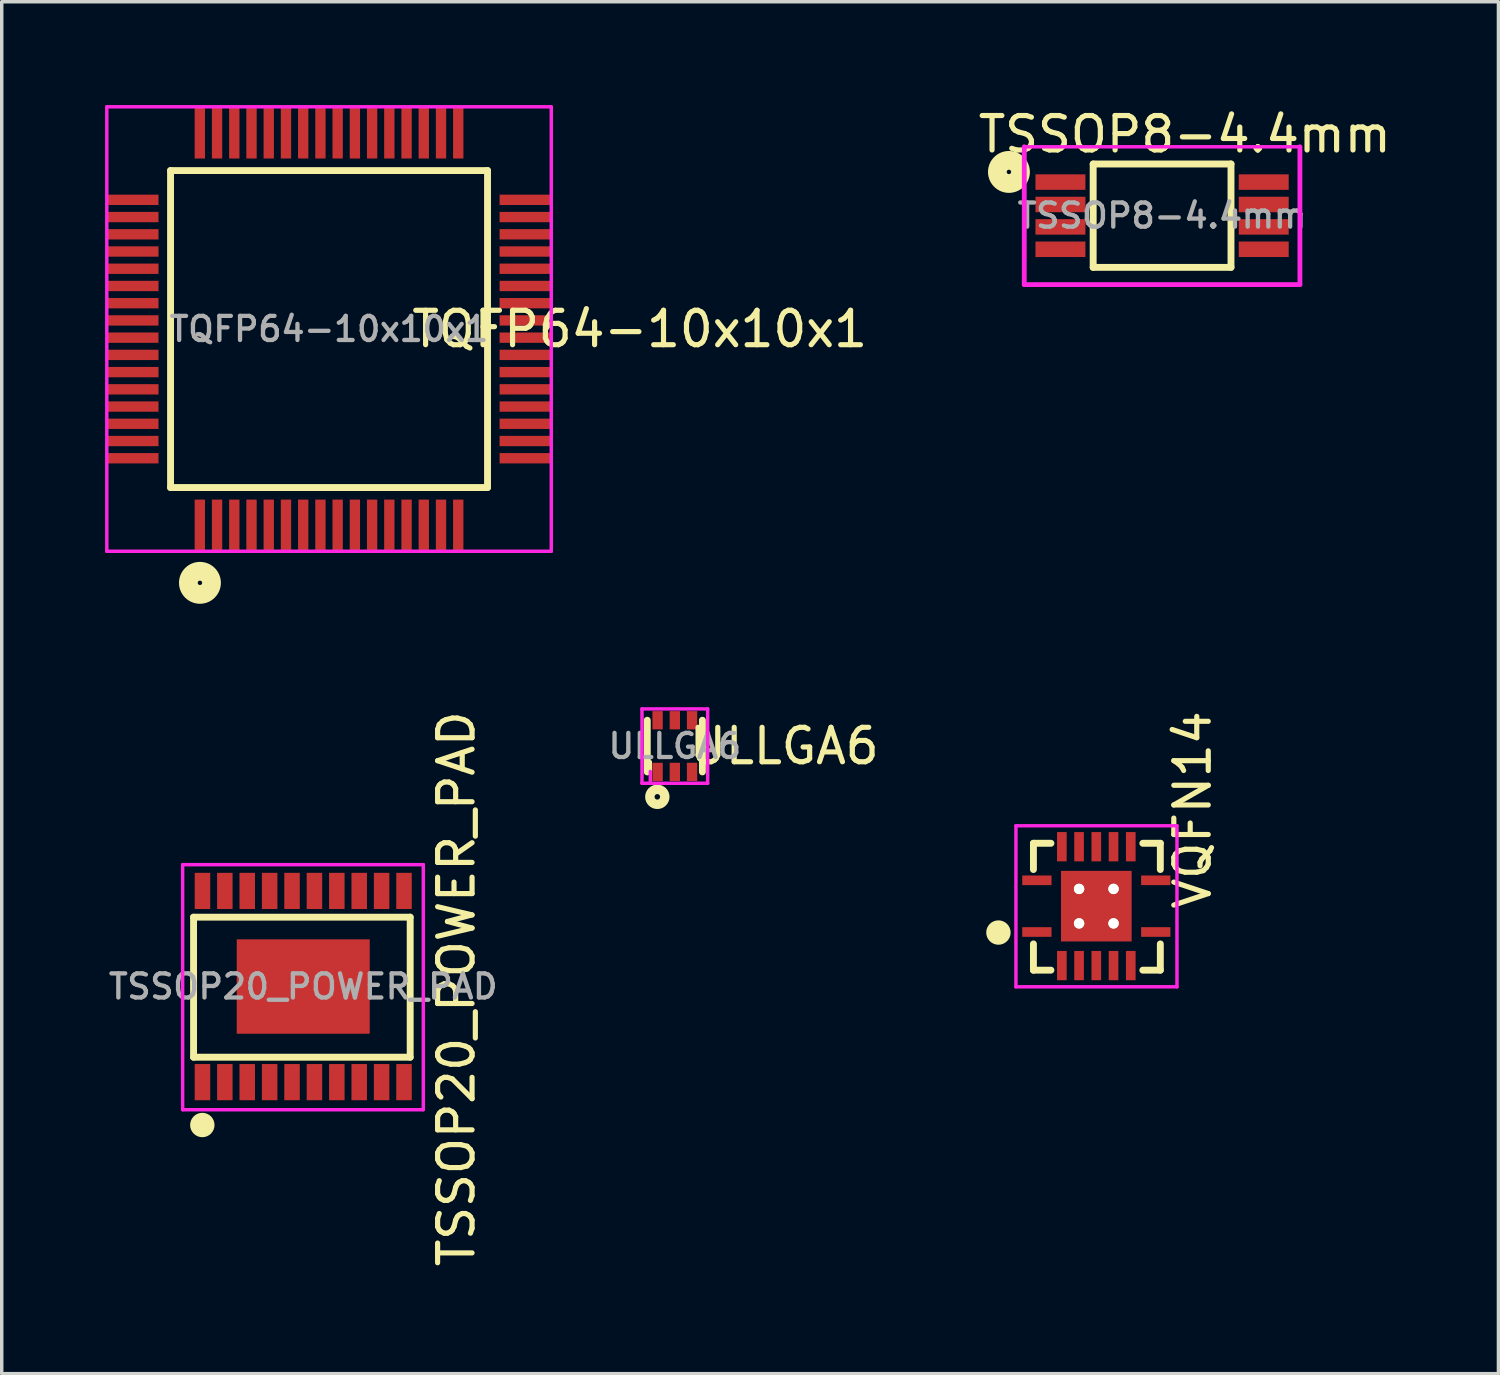
<source format=kicad_pcb>
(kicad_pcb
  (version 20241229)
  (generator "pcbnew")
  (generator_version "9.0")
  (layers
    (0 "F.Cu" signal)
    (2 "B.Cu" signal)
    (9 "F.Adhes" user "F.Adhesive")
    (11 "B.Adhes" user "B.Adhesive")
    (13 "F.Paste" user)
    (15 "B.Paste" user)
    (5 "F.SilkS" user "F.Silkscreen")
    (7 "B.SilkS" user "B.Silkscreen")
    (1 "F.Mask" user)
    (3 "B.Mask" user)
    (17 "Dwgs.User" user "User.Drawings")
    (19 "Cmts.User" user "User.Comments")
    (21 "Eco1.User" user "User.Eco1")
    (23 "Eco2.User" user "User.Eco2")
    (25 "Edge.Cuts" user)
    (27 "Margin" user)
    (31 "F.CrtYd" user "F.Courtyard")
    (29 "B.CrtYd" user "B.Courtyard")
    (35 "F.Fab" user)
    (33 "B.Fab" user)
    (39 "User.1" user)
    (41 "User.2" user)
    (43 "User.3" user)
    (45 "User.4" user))
  (footprint "ULLGA6"
    (layer "F.Cu")
    (at 16.536 18.604)
    (property "Reference" "ULLGA6" (at 3.175 0 0) (layer "F.SilkS") (effects (font (size 1 1) (thickness 0.15))))
    (attr through_hole)
    (fp_line (start -0.8 -0.75) (end -0.8 0.75) (stroke (width 0.2) (type solid)) (layer "F.SilkS"))
    (fp_line (start -0.711 0.737) (end -0.711 0.457) (stroke (width 0.1) (type solid)) (layer "F.SilkS"))
    (fp_line (start 0.8 -0.75) (end 0.8 0.75) (stroke (width 0.2) (type solid)) (layer "F.SilkS"))
    (fp_circle (center -0.508 1.473) (end -0.432 1.499) (stroke (width 0.2) (type solid)) (fill no) (layer "F.SilkS"))
    (fp_circle (center -0.508 1.473) (end -0.254 1.473) (stroke (width 0.2) (type solid)) (fill no) (layer "F.SilkS"))
    (fp_line (start -0.953 -1.079) (end -0.953 1.079) (stroke (width 0.1) (type solid)) (layer "F.CrtYd"))
    (fp_line (start -0.953 1.079) (end 0.953 1.079) (stroke (width 0.1) (type solid)) (layer "F.CrtYd"))
    (fp_line (start -0.711 1.067) (end -0.711 0.737) (stroke (width 0.1) (type solid)) (layer "F.CrtYd"))
    (fp_line (start 0.953 -1.079) (end -0.953 -1.079) (stroke (width 0.1) (type solid)) (layer "F.CrtYd"))
    (fp_line (start 0.953 1.079) (end 0.953 -1.079) (stroke (width 0.1) (type solid)) (layer "F.CrtYd"))
    (fp_text user "${REFERENCE}" (at 0 0 0) (layer "F.Fab") (effects (font (size 0.7 0.7) (thickness 0.125))))
    (pad "1" smd rect (at -0.5 0.75) (size 0.3 0.53) (layers "F.Cu" "F.Mask" "F.Paste"))
    (pad "2" smd rect (at 0 0.75) (size 0.3 0.53) (layers "F.Cu" "F.Mask" "F.Paste"))
    (pad "3" smd rect (at 0.5 0.75) (size 0.3 0.53) (layers "F.Cu" "F.Mask" "F.Paste"))
    (pad "4" smd rect (at 0.5 -0.75) (size 0.3 0.53) (layers "F.Cu" "F.Mask" "F.Paste"))
    (pad "5" smd rect (at 0 -0.75) (size 0.3 0.53) (layers "F.Cu" "F.Mask" "F.Paste"))
    (pad "6" smd rect (at -0.5 -0.75) (size 0.3 0.53) (layers "F.Cu" "F.Mask" "F.Paste")))
  (footprint "VQFN14"
    (layer "F.Cu")
    (at 28.769 23.25)
    (property "Reference" "VQFN14" (at 2.794 -2.794 90) (layer "F.SilkS") (effects (font (size 1 1) (thickness 0.15))))
    (attr through_hole)
    (fp_line (start -2.714 0.766) (end -2.841 0.766) (stroke (width 0.2) (type solid)) (layer "F.SilkS"))
    (fp_line (start -1.825 -1.825) (end -1.825 -1.063) (stroke (width 0.2) (type solid)) (layer "F.SilkS"))
    (fp_line (start -1.825 -1.825) (end -1.317 -1.825) (stroke (width 0.2) (type solid)) (layer "F.SilkS"))
    (fp_line (start -1.825 1.096) (end -1.825 1.858) (stroke (width 0.2) (type solid)) (layer "F.SilkS"))
    (fp_line (start -1.825 1.858) (end -1.317 1.858) (stroke (width 0.2) (type solid)) (layer "F.SilkS"))
    (fp_line (start 1.35 -1.825) (end 1.858 -1.825) (stroke (width 0.2) (type solid)) (layer "F.SilkS"))
    (fp_line (start 1.858 -1.825) (end 1.858 -1.063) (stroke (width 0.2) (type solid)) (layer "F.SilkS"))
    (fp_line (start 1.858 1.096) (end 1.858 1.858) (stroke (width 0.2) (type solid)) (layer "F.SilkS"))
    (fp_line (start 1.858 1.858) (end 1.35 1.858) (stroke (width 0.2) (type solid)) (layer "F.SilkS"))
    (fp_circle (center -2.841 0.766) (end -2.714 0.766) (stroke (width 0.2) (type solid)) (fill no) (layer "F.SilkS"))
    (fp_circle (center -2.841 0.766) (end -2.587 0.766) (stroke (width 0.2) (type solid)) (fill no) (layer "F.SilkS"))
    (fp_line (start -2.333 -2.333) (end 2.341 -2.333) (stroke (width 0.1) (type solid)) (layer "F.CrtYd"))
    (fp_line (start -2.333 2.341) (end -2.333 -2.333) (stroke (width 0.1) (type solid)) (layer "F.CrtYd"))
    (fp_line (start 2.341 -2.333) (end 2.341 2.341) (stroke (width 0.1) (type solid)) (layer "F.CrtYd"))
    (fp_line (start 2.341 2.341) (end -2.333 2.341) (stroke (width 0.1) (type solid)) (layer "F.CrtYd"))
    (pad "1" smd rect (at -1.725 0.75) (size 0.85 0.28) (layers "F.Cu" "F.Mask" "F.Paste"))
    (pad "2" smd rect (at -1 1.725) (size 0.28 0.85) (layers "F.Cu" "F.Mask" "F.Paste"))
    (pad "3" smd rect (at -0.5 1.725) (size 0.28 0.85) (layers "F.Cu" "F.Mask" "F.Paste"))
    (pad "4" smd rect (at 0 1.725) (size 0.28 0.85) (layers "F.Cu" "F.Mask" "F.Paste"))
    (pad "5" smd rect (at 0.5 1.725) (size 0.28 0.85) (layers "F.Cu" "F.Mask" "F.Paste"))
    (pad "6" smd rect (at 1 1.725) (size 0.28 0.85) (layers "F.Cu" "F.Mask" "F.Paste"))
    (pad "7" thru_hole circle (at -0.5 -0.5) (size 0.3 0.3) (drill 0.3) (layers "*.Cu" "*.Mask" "F.SilkS"))
    (pad "7" thru_hole circle (at -0.5 0.5) (size 0.3 0.3) (drill 0.3) (layers "*.Cu" "*.Mask" "F.SilkS"))
    (pad "7" smd rect (at 0 0) (size 2.05 2.05) (layers "F.Cu" "F.Mask" "F.Paste"))
    (pad "7" thru_hole circle (at 0.5 -0.5) (size 0.3 0.3) (drill 0.3) (layers "*.Cu" "*.Mask" "F.SilkS"))
    (pad "7" thru_hole circle (at 0.5 0.5) (size 0.3 0.3) (drill 0.3) (layers "*.Cu" "*.Mask" "F.SilkS"))
    (pad "7" smd rect (at 1.725 0.75) (size 0.85 0.28) (layers "F.Cu" "F.Mask" "F.Paste"))
    (pad "8" smd rect (at 1.725 -0.75) (size 0.85 0.28) (layers "F.Cu" "F.Mask" "F.Paste"))
    (pad "9" smd rect (at 1 -1.725) (size 0.28 0.85) (layers "F.Cu" "F.Mask" "F.Paste"))
    (pad "10" smd rect (at 0.5 -1.725) (size 0.28 0.85) (layers "F.Cu" "F.Mask" "F.Paste"))
    (pad "11" smd rect (at 0 -1.725) (size 0.28 0.85) (layers "F.Cu" "F.Mask" "F.Paste"))
    (pad "12" smd rect (at -0.5 -1.725) (size 0.28 0.85) (layers "F.Cu" "F.Mask" "F.Paste"))
    (pad "13" smd rect (at -1 -1.725) (size 0.28 0.85) (layers "F.Cu" "F.Mask" "F.Paste"))
    (pad "14" smd rect (at -1.725 -0.75) (size 0.85 0.28) (layers "F.Cu" "F.Mask" "F.Paste")))
  (footprint "TSSOP8-4.4mm"
    (layer "F.Cu")
    (at 30.678 3.21)
    (property "Reference" "TSSOP8-4.4mm" (at 0.66 -2.362 0) (layer "F.SilkS") (effects (font (size 1 1) (thickness 0.15))))
    (attr through_hole)
    (fp_line (start -2 -1.5) (end -2 1.5) (stroke (width 0.2) (type solid)) (layer "F.SilkS"))
    (fp_line (start -2 1.5) (end 2 1.5) (stroke (width 0.2) (type solid)) (layer "F.SilkS"))
    (fp_line (start 2 -1.5) (end -2 -1.5) (stroke (width 0.2) (type solid)) (layer "F.SilkS"))
    (fp_line (start 2 1.5) (end 2 -1.5) (stroke (width 0.2) (type solid)) (layer "F.SilkS"))
    (fp_circle (center -4.445 -1.27) (end -4.381 -1.27) (stroke (width 0.2) (type solid)) (fill no) (layer "F.SilkS"))
    (fp_circle (center -4.445 -1.27) (end -4.191 -1.27) (stroke (width 0.2) (type solid)) (fill no) (layer "F.SilkS"))
    (fp_circle (center -4.445 -1.27) (end -4.064 -1.206) (stroke (width 0.2) (type solid)) (fill no) (layer "F.SilkS"))
    (fp_circle (center -4.445 -1.27) (end -3.937 -1.27) (stroke (width 0.2) (type solid)) (fill no) (layer "F.SilkS"))
    (fp_line (start -4 -2) (end -4 2) (stroke (width 0.14) (type solid)) (layer "F.CrtYd"))
    (fp_line (start -4 2) (end 4 2) (stroke (width 0.14) (type solid)) (layer "F.CrtYd"))
    (fp_line (start 4 -2) (end -4 -2) (stroke (width 0.1) (type solid)) (layer "F.CrtYd"))
    (fp_line (start 4 2) (end 4 -2) (stroke (width 0.14) (type solid)) (layer "F.CrtYd"))
    (fp_text user "${REFERENCE}" (at 0 0 0) (layer "F.Fab") (effects (font (size 0.7 0.7) (thickness 0.125))))
    (pad "1" smd rect (at -2.95 -0.975 90) (size 0.45 1.45) (layers "F.Cu" "F.Mask" "F.Paste"))
    (pad "2" smd rect (at -2.95 -0.325 90) (size 0.45 1.45) (layers "F.Cu" "F.Mask" "F.Paste"))
    (pad "3" smd rect (at -2.95 0.325 90) (size 0.45 1.45) (layers "F.Cu" "F.Mask" "F.Paste"))
    (pad "4" smd rect (at -2.95 0.975 90) (size 0.45 1.45) (layers "F.Cu" "F.Mask" "F.Paste"))
    (pad "5" smd rect (at 2.95 0.975 90) (size 0.45 1.45) (layers "F.Cu" "F.Mask" "F.Paste"))
    (pad "6" smd rect (at 2.95 0.325 90) (size 0.45 1.45) (layers "F.Cu" "F.Mask" "F.Paste"))
    (pad "7" smd rect (at 2.95 -0.325 90) (size 0.45 1.45) (layers "F.Cu" "F.Mask" "F.Paste"))
    (pad "8" smd rect (at 2.95 -0.975 90) (size 0.45 1.45) (layers "F.Cu" "F.Mask" "F.Paste")))
  (footprint "TSSOP20_POWER_PAD"
    (placed yes)
    (layer "F.Cu")
    (at 5.751 25.583)
    (property "Reference" "TSSOP20_POWER_PAD" (at 4.445 0.064 270) (layer "F.SilkS") (effects (font (size 1 1) (thickness 0.15))))
    (attr through_hole)
    (fp_line (start -3.183 -2.013) (end 3.104 -2.013) (stroke (width 0.2) (type solid)) (layer "F.SilkS"))
    (fp_line (start -3.183 2.051) (end -3.183 -2.013) (stroke (width 0.2) (type solid)) (layer "F.SilkS"))
    (fp_line (start -2.929 4.083) (end -2.929 3.956) (stroke (width 0.2) (type solid)) (layer "F.SilkS"))
    (fp_line (start 3.104 -2.013) (end 3.104 2.051) (stroke (width 0.2) (type solid)) (layer "F.SilkS"))
    (fp_line (start 3.104 2.051) (end -3.183 2.051) (stroke (width 0.2) (type solid)) (layer "F.SilkS"))
    (fp_circle (center -2.929 4.019) (end -2.801 4.019) (stroke (width 0.2) (type solid)) (fill no) (layer "F.SilkS"))
    (fp_circle (center -2.929 4.019) (end -2.675 4.019) (stroke (width 0.2) (type solid)) (fill no) (layer "F.SilkS"))
    (fp_line (start -3.5 -3.537) (end 3.485 -3.537) (stroke (width 0.1) (type solid)) (layer "F.CrtYd"))
    (fp_line (start -3.5 3.575) (end -3.5 -3.537) (stroke (width 0.1) (type solid)) (layer "F.CrtYd"))
    (fp_line (start 3.485 -3.537) (end 3.485 3.575) (stroke (width 0.1) (type solid)) (layer "F.CrtYd"))
    (fp_line (start 3.485 3.575) (end -3.5 3.575) (stroke (width 0.1) (type solid)) (layer "F.CrtYd"))
    (fp_text user "${REFERENCE}" (at 0 0 0) (layer "F.Fab") (effects (font (size 0.7 0.7) (thickness 0.125))))
    (pad "1" smd rect (at -2.925 2.775) (size 0.45 1.05) (layers "F.Cu" "F.Mask" "F.Paste"))
    (pad "2" smd rect (at -2.275 2.775) (size 0.45 1.05) (layers "F.Cu" "F.Mask" "F.Paste"))
    (pad "3" smd rect (at -1.625 2.775) (size 0.45 1.05) (layers "F.Cu" "F.Mask" "F.Paste"))
    (pad "4" smd rect (at -0.975 2.775) (size 0.45 1.05) (layers "F.Cu" "F.Mask" "F.Paste"))
    (pad "5" smd rect (at -0.325 2.775) (size 0.45 1.05) (layers "F.Cu" "F.Mask" "F.Paste"))
    (pad "6" smd rect (at 0.325 2.775) (size 0.45 1.05) (layers "F.Cu" "F.Mask" "F.Paste"))
    (pad "7" smd rect (at 0.975 2.775) (size 0.45 1.05) (layers "F.Cu" "F.Mask" "F.Paste"))
    (pad "8" smd rect (at 1.625 2.775) (size 0.45 1.05) (layers "F.Cu" "F.Mask" "F.Paste"))
    (pad "9" smd rect (at 2.275 2.775) (size 0.45 1.05) (layers "F.Cu" "F.Mask" "F.Paste"))
    (pad "10" smd rect (at 2.925 2.775) (size 0.45 1.05) (layers "F.Cu" "F.Mask" "F.Paste"))
    (pad "11" smd rect (at 2.925 -2.775) (size 0.45 1.05) (layers "F.Cu" "F.Mask" "F.Paste"))
    (pad "12" smd rect (at 2.275 -2.775) (size 0.45 1.05) (layers "F.Cu" "F.Mask" "F.Paste"))
    (pad "13" smd rect (at 1.625 -2.775) (size 0.45 1.05) (layers "F.Cu" "F.Mask" "F.Paste"))
    (pad "14" smd rect (at 0.975 -2.775) (size 0.45 1.05) (layers "F.Cu" "F.Mask" "F.Paste"))
    (pad "15" smd rect (at 0.325 -2.775) (size 0.45 1.05) (layers "F.Cu" "F.Mask" "F.Paste"))
    (pad "16" smd rect (at -0.325 -2.775) (size 0.45 1.05) (layers "F.Cu" "F.Mask" "F.Paste"))
    (pad "17" smd rect (at -0.975 -2.775) (size 0.45 1.05) (layers "F.Cu" "F.Mask" "F.Paste"))
    (pad "18" smd rect (at -1.625 -2.775) (size 0.45 1.05) (layers "F.Cu" "F.Mask" "F.Paste"))
    (pad "19" smd rect (at -2.275 -2.775) (size 0.45 1.05) (layers "F.Cu" "F.Mask" "F.Paste"))
    (pad "20" smd rect (at -2.925 -2.775) (size 0.45 1.05) (layers "F.Cu" "F.Mask" "F.Paste"))
    (pad "21" smd rect (at 0 0) (size 3.86 2.74) (layers "F.Cu" "F.Mask" "F.Paste")))
  (footprint "TQFP64-10x10x1"
    (layer "F.Cu")
    (at 6.5 6.5)
    (property "Reference" "TQFP64-10x10x1" (at 9.017 0 0) (layer "F.SilkS") (effects (font (size 1 1) (thickness 0.15))))
    (attr through_hole)
    (fp_line (start -4.6 -4.6) (end -4.6 4.6) (stroke (width 0.2) (type solid)) (layer "F.SilkS"))
    (fp_line (start -4.6 4.6) (end 4.6 4.6) (stroke (width 0.2) (type solid)) (layer "F.SilkS"))
    (fp_line (start 4.6 -4.6) (end -4.6 -4.6) (stroke (width 0.2) (type solid)) (layer "F.SilkS"))
    (fp_line (start 4.6 4.6) (end 4.6 -4.6) (stroke (width 0.2) (type solid)) (layer "F.SilkS"))
    (fp_circle (center -3.747 7.366) (end -3.683 7.366) (stroke (width 0.2) (type solid)) (fill no) (layer "F.SilkS"))
    (fp_circle (center -3.747 7.366) (end -3.493 7.366) (stroke (width 0.2) (type solid)) (fill no) (layer "F.SilkS"))
    (fp_circle (center -3.747 7.366) (end -3.365 7.429) (stroke (width 0.2) (type solid)) (fill no) (layer "F.SilkS"))
    (fp_circle (center -3.747 7.366) (end -3.239 7.366) (stroke (width 0.2) (type solid)) (fill no) (layer "F.SilkS"))
    (fp_line (start -6.45 -6.45) (end -6.45 6.45) (stroke (width 0.1) (type solid)) (layer "F.CrtYd"))
    (fp_line (start -6.45 6.45) (end 6.45 6.45) (stroke (width 0.1) (type solid)) (layer "F.CrtYd"))
    (fp_line (start 6.45 -6.45) (end -6.45 -6.45) (stroke (width 0.1) (type solid)) (layer "F.CrtYd"))
    (fp_line (start 6.45 6.45) (end 6.45 -6.45) (stroke (width 0.1) (type solid)) (layer "F.CrtYd"))
    (fp_text user "${REFERENCE}" (at 0 0 0) (layer "F.Fab") (effects (font (size 0.7 0.7) (thickness 0.125))))
    (pad "1" smd rect (at -3.75 5.7) (size 0.3 1.5) (layers "F.Cu" "F.Mask" "F.Paste"))
    (pad "2" smd rect (at -3.25 5.7) (size 0.3 1.5) (layers "F.Cu" "F.Mask" "F.Paste"))
    (pad "3" smd rect (at -2.75 5.7) (size 0.3 1.5) (layers "F.Cu" "F.Mask" "F.Paste"))
    (pad "4" smd rect (at -2.25 5.7) (size 0.3 1.5) (layers "F.Cu" "F.Mask" "F.Paste"))
    (pad "5" smd rect (at -1.75 5.7) (size 0.3 1.5) (layers "F.Cu" "F.Mask" "F.Paste"))
    (pad "6" smd rect (at -1.25 5.7) (size 0.3 1.5) (layers "F.Cu" "F.Mask" "F.Paste"))
    (pad "7" smd rect (at -0.75 5.7) (size 0.3 1.5) (layers "F.Cu" "F.Mask" "F.Paste"))
    (pad "8" smd rect (at -0.25 5.7) (size 0.3 1.5) (layers "F.Cu" "F.Mask" "F.Paste"))
    (pad "9" smd rect (at 0.25 5.7) (size 0.3 1.5) (layers "F.Cu" "F.Mask" "F.Paste"))
    (pad "10" smd rect (at 0.75 5.7) (size 0.3 1.5) (layers "F.Cu" "F.Mask" "F.Paste"))
    (pad "11" smd rect (at 1.25 5.7) (size 0.3 1.5) (layers "F.Cu" "F.Mask" "F.Paste"))
    (pad "12" smd rect (at 1.75 5.7) (size 0.3 1.5) (layers "F.Cu" "F.Mask" "F.Paste"))
    (pad "13" smd rect (at 2.25 5.7) (size 0.3 1.5) (layers "F.Cu" "F.Mask" "F.Paste"))
    (pad "14" smd rect (at 2.75 5.7) (size 0.3 1.5) (layers "F.Cu" "F.Mask" "F.Paste"))
    (pad "15" smd rect (at 3.25 5.7) (size 0.3 1.5) (layers "F.Cu" "F.Mask" "F.Paste"))
    (pad "16" smd rect (at 3.75 5.7) (size 0.3 1.5) (layers "F.Cu" "F.Mask" "F.Paste"))
    (pad "17" smd rect (at 5.7 3.75 90) (size 0.3 1.5) (layers "F.Cu" "F.Mask" "F.Paste"))
    (pad "18" smd rect (at 5.7 3.25 90) (size 0.3 1.5) (layers "F.Cu" "F.Mask" "F.Paste"))
    (pad "19" smd rect (at 5.7 2.75 90) (size 0.3 1.5) (layers "F.Cu" "F.Mask" "F.Paste"))
    (pad "20" smd rect (at 5.7 2.25 90) (size 0.3 1.5) (layers "F.Cu" "F.Mask" "F.Paste"))
    (pad "21" smd rect (at 5.7 1.75 90) (size 0.3 1.5) (layers "F.Cu" "F.Mask" "F.Paste"))
    (pad "22" smd rect (at 5.7 1.25 90) (size 0.3 1.5) (layers "F.Cu" "F.Mask" "F.Paste"))
    (pad "23" smd rect (at 5.7 0.75 90) (size 0.3 1.5) (layers "F.Cu" "F.Mask" "F.Paste"))
    (pad "24" smd rect (at 5.7 0.25 90) (size 0.3 1.5) (layers "F.Cu" "F.Mask" "F.Paste"))
    (pad "25" smd rect (at 5.7 -0.25 90) (size 0.3 1.5) (layers "F.Cu" "F.Mask" "F.Paste"))
    (pad "26" smd rect (at 5.7 -0.75 90) (size 0.3 1.5) (layers "F.Cu" "F.Mask" "F.Paste"))
    (pad "27" smd rect (at 5.7 -1.25 90) (size 0.3 1.5) (layers "F.Cu" "F.Mask" "F.Paste"))
    (pad "28" smd rect (at 5.7 -1.75 90) (size 0.3 1.5) (layers "F.Cu" "F.Mask" "F.Paste"))
    (pad "29" smd rect (at 5.7 -2.25 90) (size 0.3 1.5) (layers "F.Cu" "F.Mask" "F.Paste"))
    (pad "30" smd rect (at 5.7 -2.75 90) (size 0.3 1.5) (layers "F.Cu" "F.Mask" "F.Paste"))
    (pad "31" smd rect (at 5.7 -3.25 90) (size 0.3 1.5) (layers "F.Cu" "F.Mask" "F.Paste"))
    (pad "32" smd rect (at 5.7 -3.75 90) (size 0.3 1.5) (layers "F.Cu" "F.Mask" "F.Paste"))
    (pad "33" smd rect (at 3.75 -5.7) (size 0.3 1.5) (layers "F.Cu" "F.Mask" "F.Paste"))
    (pad "34" smd rect (at 3.25 -5.7) (size 0.3 1.5) (layers "F.Cu" "F.Mask" "F.Paste"))
    (pad "35" smd rect (at 2.75 -5.7) (size 0.3 1.5) (layers "F.Cu" "F.Mask" "F.Paste"))
    (pad "36" smd rect (at 2.25 -5.7) (size 0.3 1.5) (layers "F.Cu" "F.Mask" "F.Paste"))
    (pad "37" smd rect (at 1.75 -5.7) (size 0.3 1.5) (layers "F.Cu" "F.Mask" "F.Paste"))
    (pad "38" smd rect (at 1.25 -5.7) (size 0.3 1.5) (layers "F.Cu" "F.Mask" "F.Paste"))
    (pad "39" smd rect (at 0.75 -5.7) (size 0.3 1.5) (layers "F.Cu" "F.Mask" "F.Paste"))
    (pad "40" smd rect (at 0.25 -5.7) (size 0.3 1.5) (layers "F.Cu" "F.Mask" "F.Paste"))
    (pad "41" smd rect (at -0.25 -5.7) (size 0.3 1.5) (layers "F.Cu" "F.Mask" "F.Paste"))
    (pad "42" smd rect (at -0.75 -5.7) (size 0.3 1.5) (layers "F.Cu" "F.Mask" "F.Paste"))
    (pad "43" smd rect (at -1.25 -5.7) (size 0.3 1.5) (layers "F.Cu" "F.Mask" "F.Paste"))
    (pad "44" smd rect (at -1.75 -5.7) (size 0.3 1.5) (layers "F.Cu" "F.Mask" "F.Paste"))
    (pad "45" smd rect (at -2.25 -5.7) (size 0.3 1.5) (layers "F.Cu" "F.Mask" "F.Paste"))
    (pad "46" smd rect (at -2.75 -5.7) (size 0.3 1.5) (layers "F.Cu" "F.Mask" "F.Paste"))
    (pad "47" smd rect (at -3.25 -5.7) (size 0.3 1.5) (layers "F.Cu" "F.Mask" "F.Paste"))
    (pad "48" smd rect (at -3.75 -5.7) (size 0.3 1.5) (layers "F.Cu" "F.Mask" "F.Paste"))
    (pad "49" smd rect (at -5.7 -3.75 90) (size 0.3 1.5) (layers "F.Cu" "F.Mask" "F.Paste"))
    (pad "50" smd rect (at -5.7 -3.25 90) (size 0.3 1.5) (layers "F.Cu" "F.Mask" "F.Paste"))
    (pad "51" smd rect (at -5.7 -2.75 90) (size 0.3 1.5) (layers "F.Cu" "F.Mask" "F.Paste"))
    (pad "52" smd rect (at -5.7 -2.25 90) (size 0.3 1.5) (layers "F.Cu" "F.Mask" "F.Paste"))
    (pad "53" smd rect (at -5.7 -1.75 90) (size 0.3 1.5) (layers "F.Cu" "F.Mask" "F.Paste"))
    (pad "54" smd rect (at -5.7 -1.25 90) (size 0.3 1.5) (layers "F.Cu" "F.Mask" "F.Paste"))
    (pad "55" smd rect (at -5.7 -0.75 90) (size 0.3 1.5) (layers "F.Cu" "F.Mask" "F.Paste"))
    (pad "56" smd rect (at -5.7 -0.25 90) (size 0.3 1.5) (layers "F.Cu" "F.Mask" "F.Paste"))
    (pad "57" smd rect (at -5.7 0.25 90) (size 0.3 1.5) (layers "F.Cu" "F.Mask" "F.Paste"))
    (pad "58" smd rect (at -5.7 0.75 90) (size 0.3 1.5) (layers "F.Cu" "F.Mask" "F.Paste"))
    (pad "59" smd rect (at -5.7 1.25 90) (size 0.3 1.5) (layers "F.Cu" "F.Mask" "F.Paste"))
    (pad "60" smd rect (at -5.7 1.75 90) (size 0.3 1.5) (layers "F.Cu" "F.Mask" "F.Paste"))
    (pad "61" smd rect (at -5.7 2.25 90) (size 0.3 1.5) (layers "F.Cu" "F.Mask" "F.Paste"))
    (pad "62" smd rect (at -5.7 2.75 90) (size 0.3 1.5) (layers "F.Cu" "F.Mask" "F.Paste"))
    (pad "63" smd rect (at -5.7 3.25 90) (size 0.3 1.5) (layers "F.Cu" "F.Mask" "F.Paste"))
    (pad "64" smd rect (at -5.7 3.75 90) (size 0.3 1.5) (layers "F.Cu" "F.Mask" "F.Paste")))
  (gr_rect
    (start -3 -3)
    (end 40.44 36.819)
    (stroke (width 0.1) (type default))
    (fill no)
    (layer "Edge.Cuts")))
</source>
